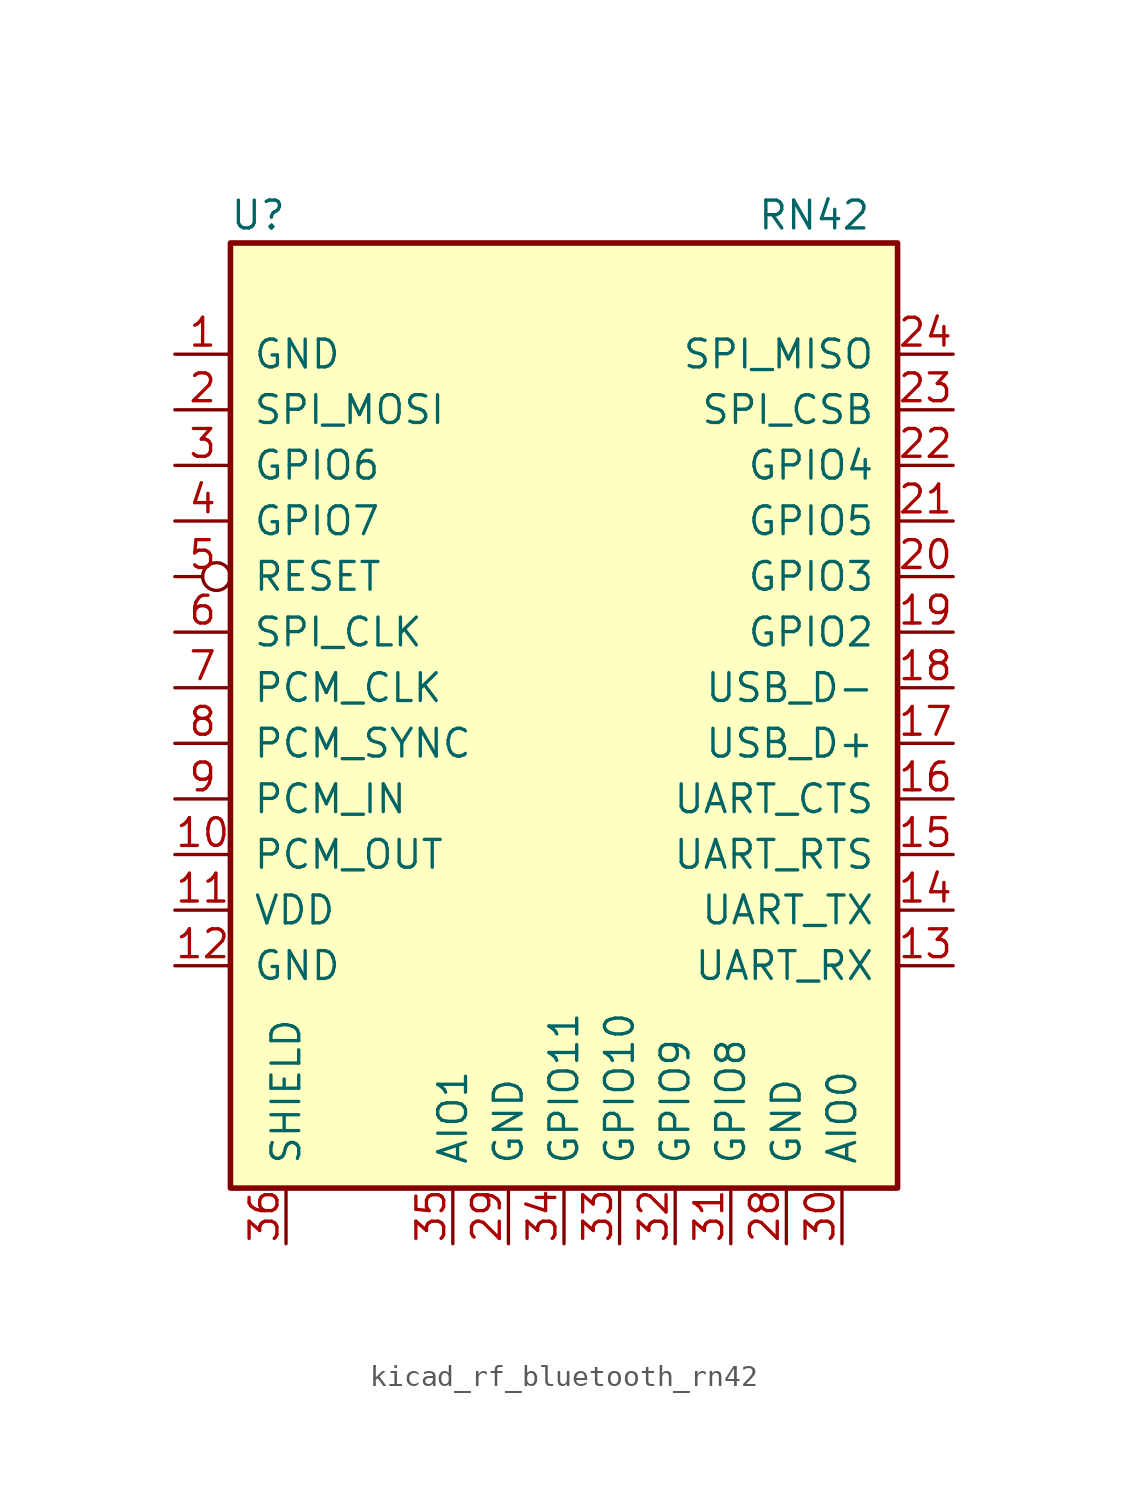
<source format=kicad_sym>
(kicad_symbol_lib
  (version 20220914)
  (generator kicad_symbol_editor)
  (symbol "kicad_rf_bluetooth_rn42"
    (pin_names
      (offset 1.016))
    (property "Reference" "U"
      (at -13.97 24.13 0)
      (effects (font (size 1.27 1.27))))
    (property "Value" "RN42"
      (at 11.43 24.13 0)
      (effects (font (size 1.27 1.27))))
    (symbol "kicad_rf_bluetooth_rn42_0_1"
      (rectangle (start -15.24 22.86) (end 15.24 -20.32) (stroke (width 0.254) (type default)) (fill (type background))))
    (symbol "kicad_rf_bluetooth_rn42_1_1"
      (pin power_in line (at -17.78 17.78 0) (length 2.54) (name "GND" (effects (font (size 1.27 1.27)))) (number "1" (effects (font (size 1.27 1.27)))))
      (pin output line (at -17.78 -5.08 0) (length 2.54) (name "PCM_OUT" (effects (font (size 1.27 1.27)))) (number "10" (effects (font (size 1.27 1.27)))))
      (pin power_in line (at -17.78 -7.62 0) (length 2.54) (name "VDD" (effects (font (size 1.27 1.27)))) (number "11" (effects (font (size 1.27 1.27)))))
      (pin power_in line (at -17.78 -10.16 0) (length 2.54) (name "GND" (effects (font (size 1.27 1.27)))) (number "12" (effects (font (size 1.27 1.27)))))
      (pin input line (at 17.78 -10.16 180) (length 2.54) (name "UART_RX" (effects (font (size 1.27 1.27)))) (number "13" (effects (font (size 1.27 1.27)))))
      (pin output line (at 17.78 -7.62 180) (length 2.54) (name "UART_TX" (effects (font (size 1.27 1.27)))) (number "14" (effects (font (size 1.27 1.27)))))
      (pin output line (at 17.78 -5.08 180) (length 2.54) (name "UART_RTS" (effects (font (size 1.27 1.27)))) (number "15" (effects (font (size 1.27 1.27)))))
      (pin input line (at 17.78 -2.54 180) (length 2.54) (name "UART_CTS" (effects (font (size 1.27 1.27)))) (number "16" (effects (font (size 1.27 1.27)))))
      (pin bidirectional line (at 17.78 0 180) (length 2.54) (name "USB_D+" (effects (font (size 1.27 1.27)))) (number "17" (effects (font (size 1.27 1.27)))))
      (pin bidirectional line (at 17.78 2.54 180) (length 2.54) (name "USB_D-" (effects (font (size 1.27 1.27)))) (number "18" (effects (font (size 1.27 1.27)))))
      (pin bidirectional line (at 17.78 5.08 180) (length 2.54) (name "GPIO2" (effects (font (size 1.27 1.27)))) (number "19" (effects (font (size 1.27 1.27)))))
      (pin input line (at -17.78 15.24 0) (length 2.54) (name "SPI_MOSI" (effects (font (size 1.27 1.27)))) (number "2" (effects (font (size 1.27 1.27)))))
      (pin input line (at 17.78 7.62 180) (length 2.54) (name "GPIO3" (effects (font (size 1.27 1.27)))) (number "20" (effects (font (size 1.27 1.27)))))
      (pin bidirectional line (at 17.78 10.16 180) (length 2.54) (name "GPIO5" (effects (font (size 1.27 1.27)))) (number "21" (effects (font (size 1.27 1.27)))))
      (pin bidirectional line (at 17.78 12.7 180) (length 2.54) (name "GPIO4" (effects (font (size 1.27 1.27)))) (number "22" (effects (font (size 1.27 1.27)))))
      (pin input line (at 17.78 15.24 180) (length 2.54) (name "SPI_CSB" (effects (font (size 1.27 1.27)))) (number "23" (effects (font (size 1.27 1.27)))))
      (pin output line (at 17.78 17.78 180) (length 2.54) (name "SPI_MISO" (effects (font (size 1.27 1.27)))) (number "24" (effects (font (size 1.27 1.27)))))
      (pin power_in line (at 10.16 -22.86 90) (length 2.54) (name "GND" (effects (font (size 1.27 1.27)))) (number "28" (effects (font (size 1.27 1.27)))))
      (pin power_in line (at -2.54 -22.86 90) (length 2.54) (name "GND" (effects (font (size 1.27 1.27)))) (number "29" (effects (font (size 1.27 1.27)))))
      (pin input line (at -17.78 12.7 0) (length 2.54) (name "GPIO6" (effects (font (size 1.27 1.27)))) (number "3" (effects (font (size 1.27 1.27)))))
      (pin input line (at 12.7 -22.86 90) (length 2.54) (name "AIO0" (effects (font (size 1.27 1.27)))) (number "30" (effects (font (size 1.27 1.27)))))
      (pin output line (at 7.62 -22.86 90) (length 2.54) (name "GPIO8" (effects (font (size 1.27 1.27)))) (number "31" (effects (font (size 1.27 1.27)))))
      (pin bidirectional line (at 5.08 -22.86 90) (length 2.54) (name "GPIO9" (effects (font (size 1.27 1.27)))) (number "32" (effects (font (size 1.27 1.27)))))
      (pin bidirectional line (at 2.54 -22.86 90) (length 2.54) (name "GPIO10" (effects (font (size 1.27 1.27)))) (number "33" (effects (font (size 1.27 1.27)))))
      (pin bidirectional line (at 0 -22.86 90) (length 2.54) (name "GPIO11" (effects (font (size 1.27 1.27)))) (number "34" (effects (font (size 1.27 1.27)))))
      (pin input line (at -5.08 -22.86 90) (length 2.54) (name "AIO1" (effects (font (size 1.27 1.27)))) (number "35" (effects (font (size 1.27 1.27)))))
      (pin input line (at -12.7 -22.86 90) (length 2.54) (name "SHIELD" (effects (font (size 1.27 1.27)))) (number "36" (effects (font (size 1.27 1.27)))))
      (pin bidirectional line (at -17.78 10.16 0) (length 2.54) (name "GPIO7" (effects (font (size 1.27 1.27)))) (number "4" (effects (font (size 1.27 1.27)))))
      (pin input inverted (at -17.78 7.62 0) (length 2.54) (name "RESET" (effects (font (size 1.27 1.27)))) (number "5" (effects (font (size 1.27 1.27)))))
      (pin input line (at -17.78 5.08 0) (length 2.54) (name "SPI_CLK" (effects (font (size 1.27 1.27)))) (number "6" (effects (font (size 1.27 1.27)))))
      (pin bidirectional line (at -17.78 2.54 0) (length 2.54) (name "PCM_CLK" (effects (font (size 1.27 1.27)))) (number "7" (effects (font (size 1.27 1.27)))))
      (pin bidirectional line (at -17.78 0 0) (length 2.54) (name "PCM_SYNC" (effects (font (size 1.27 1.27)))) (number "8" (effects (font (size 1.27 1.27)))))
      (pin input line (at -17.78 -2.54 0) (length 2.54) (name "PCM_IN" (effects (font (size 1.27 1.27)))) (number "9" (effects (font (size 1.27 1.27))))))))
</source>
